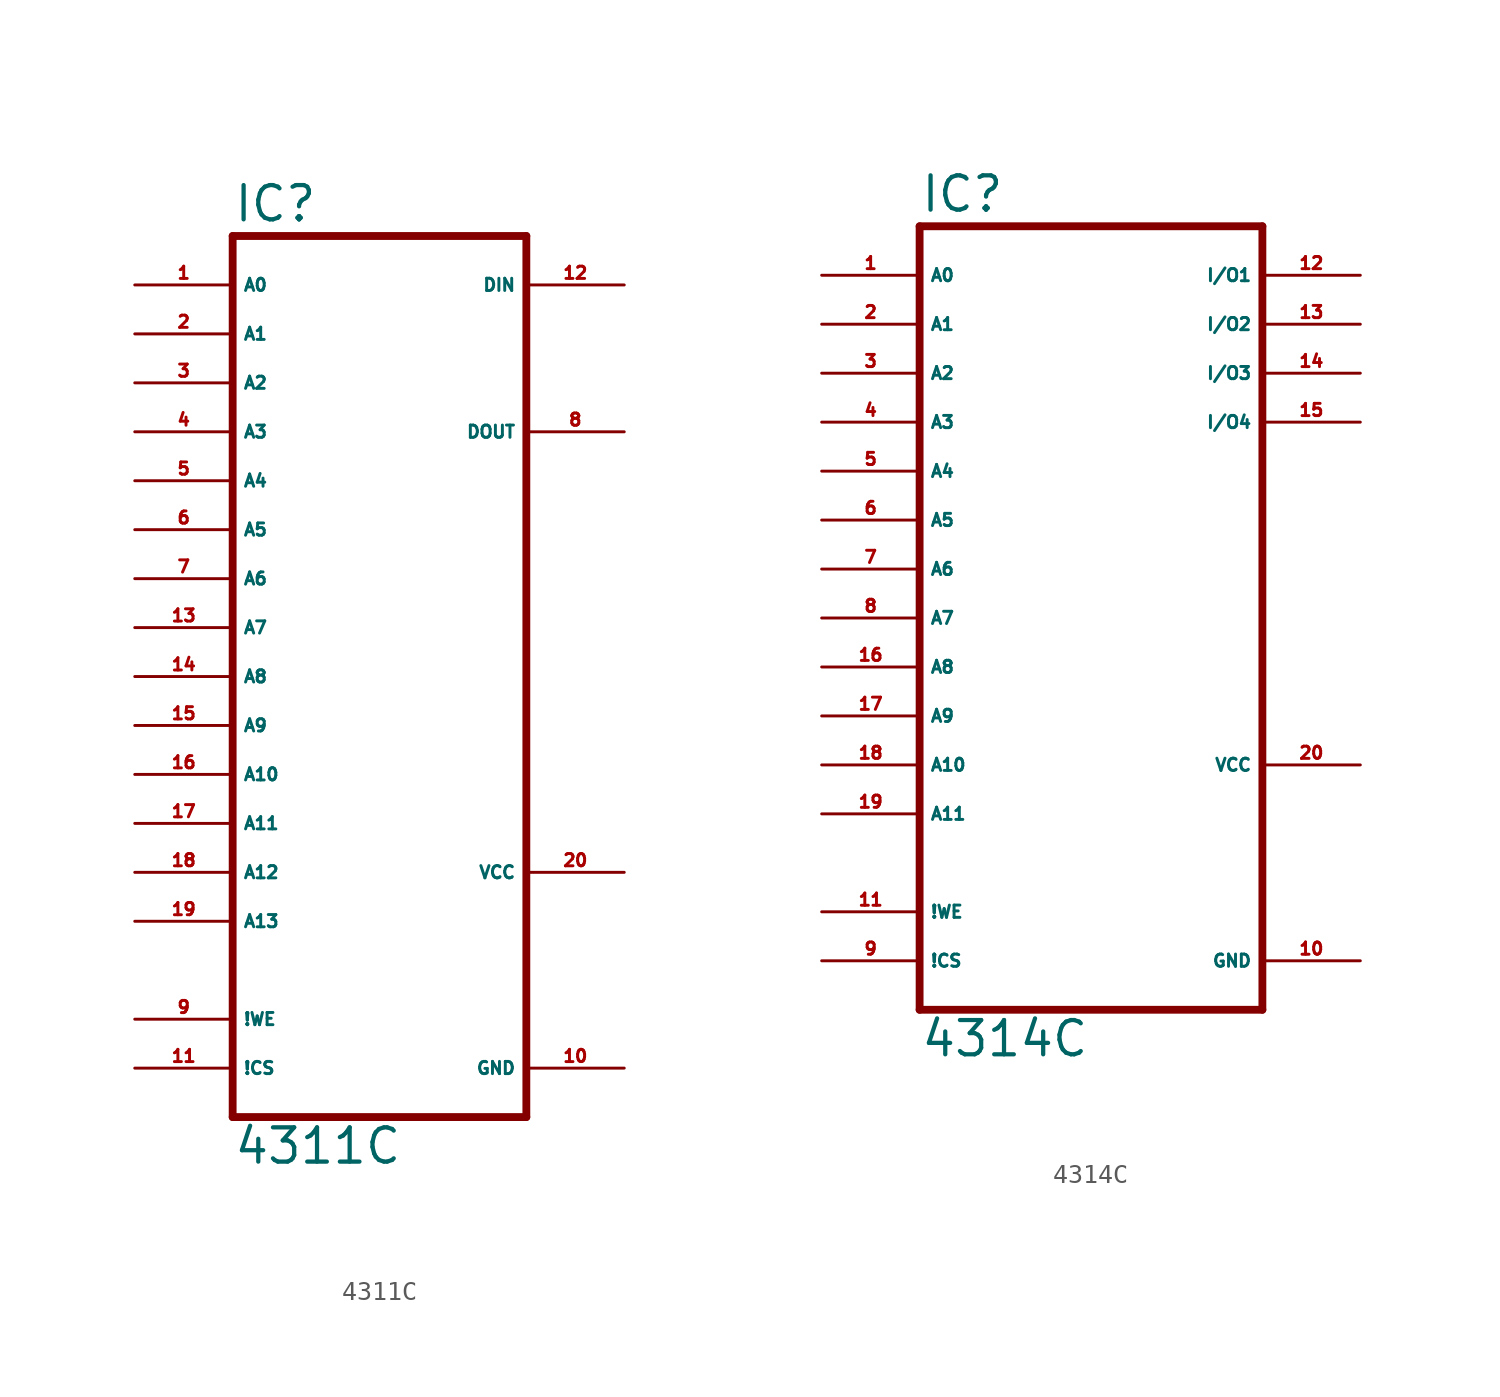
<source format=kicad_sym>
(kicad_symbol_lib
  (version 20220914)
  (generator Eagle2Kicad)
  (symbol "4311C"
    (property "Reference" "IC"
      (at -7.62 23.495 0)
      (effects (font (size 1.778 1.778) (thickness 0.22)) (justify left bottom)))
    (property "Value" "4311C"
      (at -7.62 -25.4 0)
      (effects (font (size 1.778 1.778) (thickness 0.22)) (justify left bottom)))
    (polyline
      (pts (xy -7.62 -22.86) (xy 7.62 -22.86))
      (stroke (width 0.406) (type default))
      (fill (type none)))
    (polyline
      (pts (xy 7.62 22.86) (xy 7.62 -22.86))
      (stroke (width 0.406) (type default))
      (fill (type none)))
    (polyline
      (pts (xy 7.62 22.86) (xy -7.62 22.86))
      (stroke (width 0.406) (type default))
      (fill (type none)))
    (polyline
      (pts (xy -7.62 -22.86) (xy -7.62 22.86))
      (stroke (width 0.406) (type default))
      (fill (type none)))
    (pin input line
      (at -12.7 20.32 0)
      (length 5.08)
      (name "A0" (effects (font (size 0.635 0.635) (thickness 0.08)) (justify left bottom)))
      (number "1" (effects (font (size 0.635 0.635) (thickness 0.08)) (justify left bottom))))
    (pin input line
      (at -12.7 17.78 0)
      (length 5.08)
      (name "A1" (effects (font (size 0.635 0.635) (thickness 0.08)) (justify left bottom)))
      (number "2" (effects (font (size 0.635 0.635) (thickness 0.08)) (justify left bottom))))
    (pin input line
      (at -12.7 15.24 0)
      (length 5.08)
      (name "A2" (effects (font (size 0.635 0.635) (thickness 0.08)) (justify left bottom)))
      (number "3" (effects (font (size 0.635 0.635) (thickness 0.08)) (justify left bottom))))
    (pin input line
      (at -12.7 12.7 0)
      (length 5.08)
      (name "A3" (effects (font (size 0.635 0.635) (thickness 0.08)) (justify left bottom)))
      (number "4" (effects (font (size 0.635 0.635) (thickness 0.08)) (justify left bottom))))
    (pin input line
      (at -12.7 10.16 0)
      (length 5.08)
      (name "A4" (effects (font (size 0.635 0.635) (thickness 0.08)) (justify left bottom)))
      (number "5" (effects (font (size 0.635 0.635) (thickness 0.08)) (justify left bottom))))
    (pin input line
      (at -12.7 7.62 0)
      (length 5.08)
      (name "A5" (effects (font (size 0.635 0.635) (thickness 0.08)) (justify left bottom)))
      (number "6" (effects (font (size 0.635 0.635) (thickness 0.08)) (justify left bottom))))
    (pin input line
      (at -12.7 5.08 0)
      (length 5.08)
      (name "A6" (effects (font (size 0.635 0.635) (thickness 0.08)) (justify left bottom)))
      (number "7" (effects (font (size 0.635 0.635) (thickness 0.08)) (justify left bottom))))
    (pin input line
      (at -12.7 2.54 0)
      (length 5.08)
      (name "A7" (effects (font (size 0.635 0.635) (thickness 0.08)) (justify left bottom)))
      (number "13" (effects (font (size 0.635 0.635) (thickness 0.08)) (justify left bottom))))
    (pin input line
      (at -12.7 0 0)
      (length 5.08)
      (name "A8" (effects (font (size 0.635 0.635) (thickness 0.08)) (justify left bottom)))
      (number "14" (effects (font (size 0.635 0.635) (thickness 0.08)) (justify left bottom))))
    (pin input line
      (at -12.7 -2.54 0)
      (length 5.08)
      (name "A9" (effects (font (size 0.635 0.635) (thickness 0.08)) (justify left bottom)))
      (number "15" (effects (font (size 0.635 0.635) (thickness 0.08)) (justify left bottom))))
    (pin input line
      (at -12.7 -5.08 0)
      (length 5.08)
      (name "A10" (effects (font (size 0.635 0.635) (thickness 0.08)) (justify left bottom)))
      (number "16" (effects (font (size 0.635 0.635) (thickness 0.08)) (justify left bottom))))
    (pin input line
      (at -12.7 -7.62 0)
      (length 5.08)
      (name "A11" (effects (font (size 0.635 0.635) (thickness 0.08)) (justify left bottom)))
      (number "17" (effects (font (size 0.635 0.635) (thickness 0.08)) (justify left bottom))))
    (pin input line
      (at -12.7 -10.16 0)
      (length 5.08)
      (name "A12" (effects (font (size 0.635 0.635) (thickness 0.08)) (justify left bottom)))
      (number "18" (effects (font (size 0.635 0.635) (thickness 0.08)) (justify left bottom))))
    (pin input line
      (at -12.7 -12.7 0)
      (length 5.08)
      (name "A13" (effects (font (size 0.635 0.635) (thickness 0.08)) (justify left bottom)))
      (number "19" (effects (font (size 0.635 0.635) (thickness 0.08)) (justify left bottom))))
    (pin input line
      (at -12.7 -17.78 0)
      (length 5.08)
      (name "!WE" (effects (font (size 0.635 0.635) (thickness 0.08)) (justify left bottom)))
      (number "9" (effects (font (size 0.635 0.635) (thickness 0.08)) (justify left bottom))))
    (pin input line
      (at -12.7 -20.32 0)
      (length 5.08)
      (name "!CS" (effects (font (size 0.635 0.635) (thickness 0.08)) (justify left bottom)))
      (number "11" (effects (font (size 0.635 0.635) (thickness 0.08)) (justify left bottom))))
    (pin input line
      (at 12.7 20.32 180)
      (length 5.08)
      (name "DIN" (effects (font (size 0.635 0.635) (thickness 0.08)) (justify left bottom)))
      (number "12" (effects (font (size 0.635 0.635) (thickness 0.08)) (justify left bottom))))
    (pin tri_state line
      (at 12.7 12.7 180)
      (length 5.08)
      (name "DOUT" (effects (font (size 0.635 0.635) (thickness 0.08)) (justify left bottom)))
      (number "8" (effects (font (size 0.635 0.635) (thickness 0.08)) (justify left bottom))))
    (pin unspecified line
      (at 12.7 -20.32 180)
      (length 5.08)
      (name "GND" (effects (font (size 0.635 0.635) (thickness 0.08)) (justify left bottom)))
      (number "10" (effects (font (size 0.635 0.635) (thickness 0.08)) (justify left bottom))))
    (pin unspecified line
      (at 12.7 -10.16 180)
      (length 5.08)
      (name "VCC" (effects (font (size 0.635 0.635) (thickness 0.08)) (justify left bottom)))
      (number "20" (effects (font (size 0.635 0.635) (thickness 0.08)) (justify left bottom)))))
  (symbol "4314C"
    (property "Reference" "IC"
      (at -5.08 20.955 0)
      (effects (font (size 1.778 1.778) (thickness 0.22)) (justify left bottom)))
    (property "Value" "4314C"
      (at -5.08 -22.86 0)
      (effects (font (size 1.778 1.778) (thickness 0.22)) (justify left bottom)))
    (polyline
      (pts (xy -5.08 -20.32) (xy 12.7 -20.32))
      (stroke (width 0.406) (type default))
      (fill (type none)))
    (polyline
      (pts (xy 12.7 20.32) (xy 12.7 -20.32))
      (stroke (width 0.406) (type default))
      (fill (type none)))
    (polyline
      (pts (xy 12.7 20.32) (xy -5.08 20.32))
      (stroke (width 0.406) (type default))
      (fill (type none)))
    (polyline
      (pts (xy -5.08 -20.32) (xy -5.08 20.32))
      (stroke (width 0.406) (type default))
      (fill (type none)))
    (pin input line
      (at -10.16 17.78 0)
      (length 5.08)
      (name "A0" (effects (font (size 0.635 0.635) (thickness 0.08)) (justify left bottom)))
      (number "1" (effects (font (size 0.635 0.635) (thickness 0.08)) (justify left bottom))))
    (pin input line
      (at -10.16 15.24 0)
      (length 5.08)
      (name "A1" (effects (font (size 0.635 0.635) (thickness 0.08)) (justify left bottom)))
      (number "2" (effects (font (size 0.635 0.635) (thickness 0.08)) (justify left bottom))))
    (pin input line
      (at -10.16 12.7 0)
      (length 5.08)
      (name "A2" (effects (font (size 0.635 0.635) (thickness 0.08)) (justify left bottom)))
      (number "3" (effects (font (size 0.635 0.635) (thickness 0.08)) (justify left bottom))))
    (pin input line
      (at -10.16 10.16 0)
      (length 5.08)
      (name "A3" (effects (font (size 0.635 0.635) (thickness 0.08)) (justify left bottom)))
      (number "4" (effects (font (size 0.635 0.635) (thickness 0.08)) (justify left bottom))))
    (pin input line
      (at -10.16 7.62 0)
      (length 5.08)
      (name "A4" (effects (font (size 0.635 0.635) (thickness 0.08)) (justify left bottom)))
      (number "5" (effects (font (size 0.635 0.635) (thickness 0.08)) (justify left bottom))))
    (pin input line
      (at -10.16 5.08 0)
      (length 5.08)
      (name "A5" (effects (font (size 0.635 0.635) (thickness 0.08)) (justify left bottom)))
      (number "6" (effects (font (size 0.635 0.635) (thickness 0.08)) (justify left bottom))))
    (pin input line
      (at -10.16 2.54 0)
      (length 5.08)
      (name "A6" (effects (font (size 0.635 0.635) (thickness 0.08)) (justify left bottom)))
      (number "7" (effects (font (size 0.635 0.635) (thickness 0.08)) (justify left bottom))))
    (pin input line
      (at -10.16 0 0)
      (length 5.08)
      (name "A7" (effects (font (size 0.635 0.635) (thickness 0.08)) (justify left bottom)))
      (number "8" (effects (font (size 0.635 0.635) (thickness 0.08)) (justify left bottom))))
    (pin input line
      (at -10.16 -2.54 0)
      (length 5.08)
      (name "A8" (effects (font (size 0.635 0.635) (thickness 0.08)) (justify left bottom)))
      (number "16" (effects (font (size 0.635 0.635) (thickness 0.08)) (justify left bottom))))
    (pin input line
      (at -10.16 -5.08 0)
      (length 5.08)
      (name "A9" (effects (font (size 0.635 0.635) (thickness 0.08)) (justify left bottom)))
      (number "17" (effects (font (size 0.635 0.635) (thickness 0.08)) (justify left bottom))))
    (pin input line
      (at -10.16 -7.62 0)
      (length 5.08)
      (name "A10" (effects (font (size 0.635 0.635) (thickness 0.08)) (justify left bottom)))
      (number "18" (effects (font (size 0.635 0.635) (thickness 0.08)) (justify left bottom))))
    (pin input line
      (at -10.16 -10.16 0)
      (length 5.08)
      (name "A11" (effects (font (size 0.635 0.635) (thickness 0.08)) (justify left bottom)))
      (number "19" (effects (font (size 0.635 0.635) (thickness 0.08)) (justify left bottom))))
    (pin bidirectional line
      (at 17.78 12.7 180)
      (length 5.08)
      (name "I/O3" (effects (font (size 0.635 0.635) (thickness 0.08)) (justify left bottom)))
      (number "14" (effects (font (size 0.635 0.635) (thickness 0.08)) (justify left bottom))))
    (pin bidirectional line
      (at 17.78 10.16 180)
      (length 5.08)
      (name "I/O4" (effects (font (size 0.635 0.635) (thickness 0.08)) (justify left bottom)))
      (number "15" (effects (font (size 0.635 0.635) (thickness 0.08)) (justify left bottom))))
    (pin input line
      (at -10.16 -15.24 0)
      (length 5.08)
      (name "!WE" (effects (font (size 0.635 0.635) (thickness 0.08)) (justify left bottom)))
      (number "11" (effects (font (size 0.635 0.635) (thickness 0.08)) (justify left bottom))))
    (pin input line
      (at -10.16 -17.78 0)
      (length 5.08)
      (name "!CS" (effects (font (size 0.635 0.635) (thickness 0.08)) (justify left bottom)))
      (number "9" (effects (font (size 0.635 0.635) (thickness 0.08)) (justify left bottom))))
    (pin bidirectional line
      (at 17.78 17.78 180)
      (length 5.08)
      (name "I/O1" (effects (font (size 0.635 0.635) (thickness 0.08)) (justify left bottom)))
      (number "12" (effects (font (size 0.635 0.635) (thickness 0.08)) (justify left bottom))))
    (pin bidirectional line
      (at 17.78 15.24 180)
      (length 5.08)
      (name "I/O2" (effects (font (size 0.635 0.635) (thickness 0.08)) (justify left bottom)))
      (number "13" (effects (font (size 0.635 0.635) (thickness 0.08)) (justify left bottom))))
    (pin unspecified line
      (at 17.78 -17.78 180)
      (length 5.08)
      (name "GND" (effects (font (size 0.635 0.635) (thickness 0.08)) (justify left bottom)))
      (number "10" (effects (font (size 0.635 0.635) (thickness 0.08)) (justify left bottom))))
    (pin unspecified line
      (at 17.78 -7.62 180)
      (length 5.08)
      (name "VCC" (effects (font (size 0.635 0.635) (thickness 0.08)) (justify left bottom)))
      (number "20" (effects (font (size 0.635 0.635) (thickness 0.08)) (justify left bottom))))))
</source>
